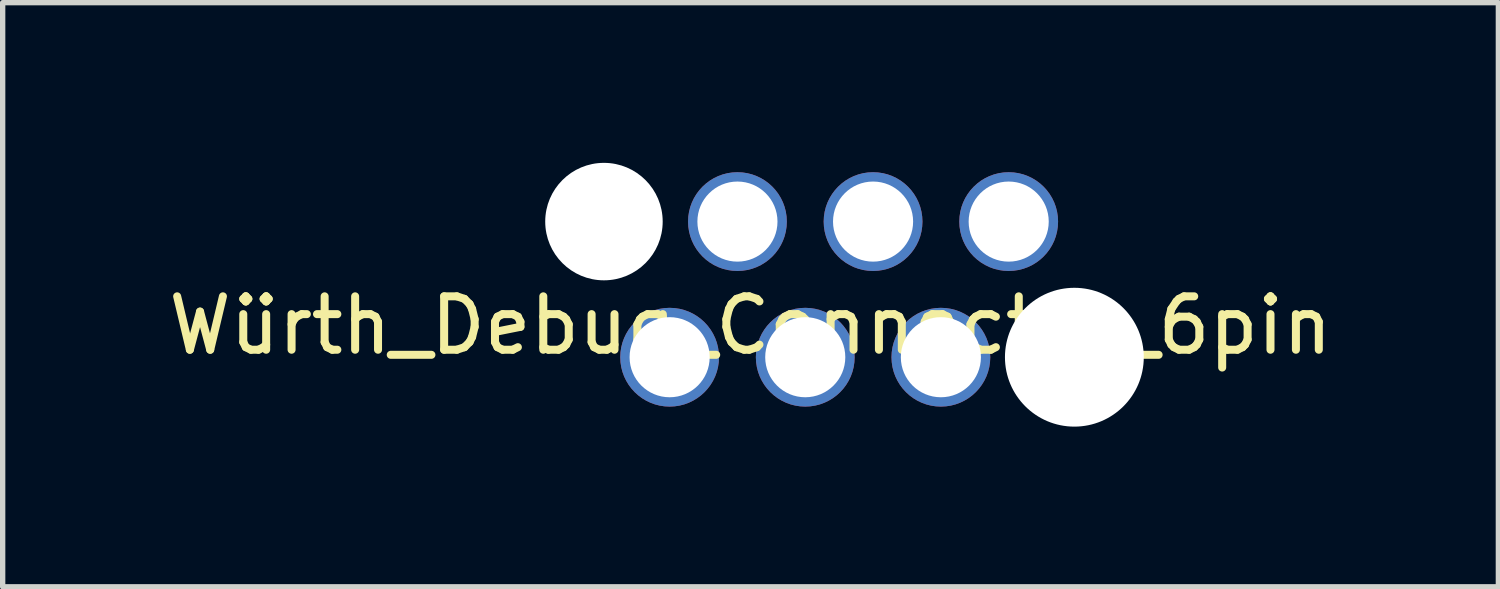
<source format=kicad_pcb>
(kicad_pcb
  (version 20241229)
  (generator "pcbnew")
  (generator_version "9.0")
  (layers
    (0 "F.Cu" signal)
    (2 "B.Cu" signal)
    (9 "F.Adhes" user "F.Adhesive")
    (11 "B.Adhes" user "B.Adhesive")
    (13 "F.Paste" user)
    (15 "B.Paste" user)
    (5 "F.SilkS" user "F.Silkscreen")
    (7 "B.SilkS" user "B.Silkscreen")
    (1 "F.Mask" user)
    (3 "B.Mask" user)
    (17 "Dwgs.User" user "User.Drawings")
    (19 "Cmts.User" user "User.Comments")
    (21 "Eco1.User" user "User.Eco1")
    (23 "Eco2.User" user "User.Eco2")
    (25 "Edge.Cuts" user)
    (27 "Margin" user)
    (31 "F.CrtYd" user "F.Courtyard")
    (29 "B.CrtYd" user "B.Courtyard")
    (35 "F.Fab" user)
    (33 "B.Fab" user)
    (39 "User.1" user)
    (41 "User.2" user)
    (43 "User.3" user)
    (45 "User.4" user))
  (footprint "Würth_Debug_Connector_6pin"
    (layer "F.Cu")
    (at 12.666 2.37)
    (property "Reference" "Würth_Debug_Connector_6pin" (at -1.66 0.675 0) (layer "F.SilkS") (effects (font (size 1 1) (thickness 0.15))))
    (attr through_hole)
    (pad "" np_thru_hole circle (at -4.405 -1.27) (size 2.2 2.2) (drill 2.2) (layers "*.Cu" "*.Mask"))
    (pad "" np_thru_hole circle (at 4.405 1.27) (size 2.6 2.6) (drill 2.6) (layers "*.Cu" "*.Mask"))
    (pad "1" thru_hole circle (at 3.175 -1.27) (size 1.85 1.85) (drill 1.5) (layers "*.Cu" "*.Mask"))
    (pad "2" thru_hole circle (at 1.905 1.27) (size 1.85 1.85) (drill 1.5) (layers "*.Cu" "*.Mask"))
    (pad "3" thru_hole circle (at 0.635 -1.27) (size 1.85 1.85) (drill 1.5) (layers "*.Cu" "*.Mask"))
    (pad "4" thru_hole circle (at -0.635 1.27) (size 1.85 1.85) (drill 1.5) (layers "*.Cu" "*.Mask"))
    (pad "5" thru_hole circle (at -1.905 -1.27) (size 1.85 1.85) (drill 1.5) (layers "*.Cu" "*.Mask"))
    (pad "6" thru_hole circle (at -3.175 1.27) (size 1.85 1.85) (drill 1.5) (layers "*.Cu" "*.Mask")))
  (gr_rect
    (start -3 -3)
    (end 25.012 7.94)
    (stroke (width 0.1) (type default))
    (fill no)
    (layer "Edge.Cuts")))
</source>
